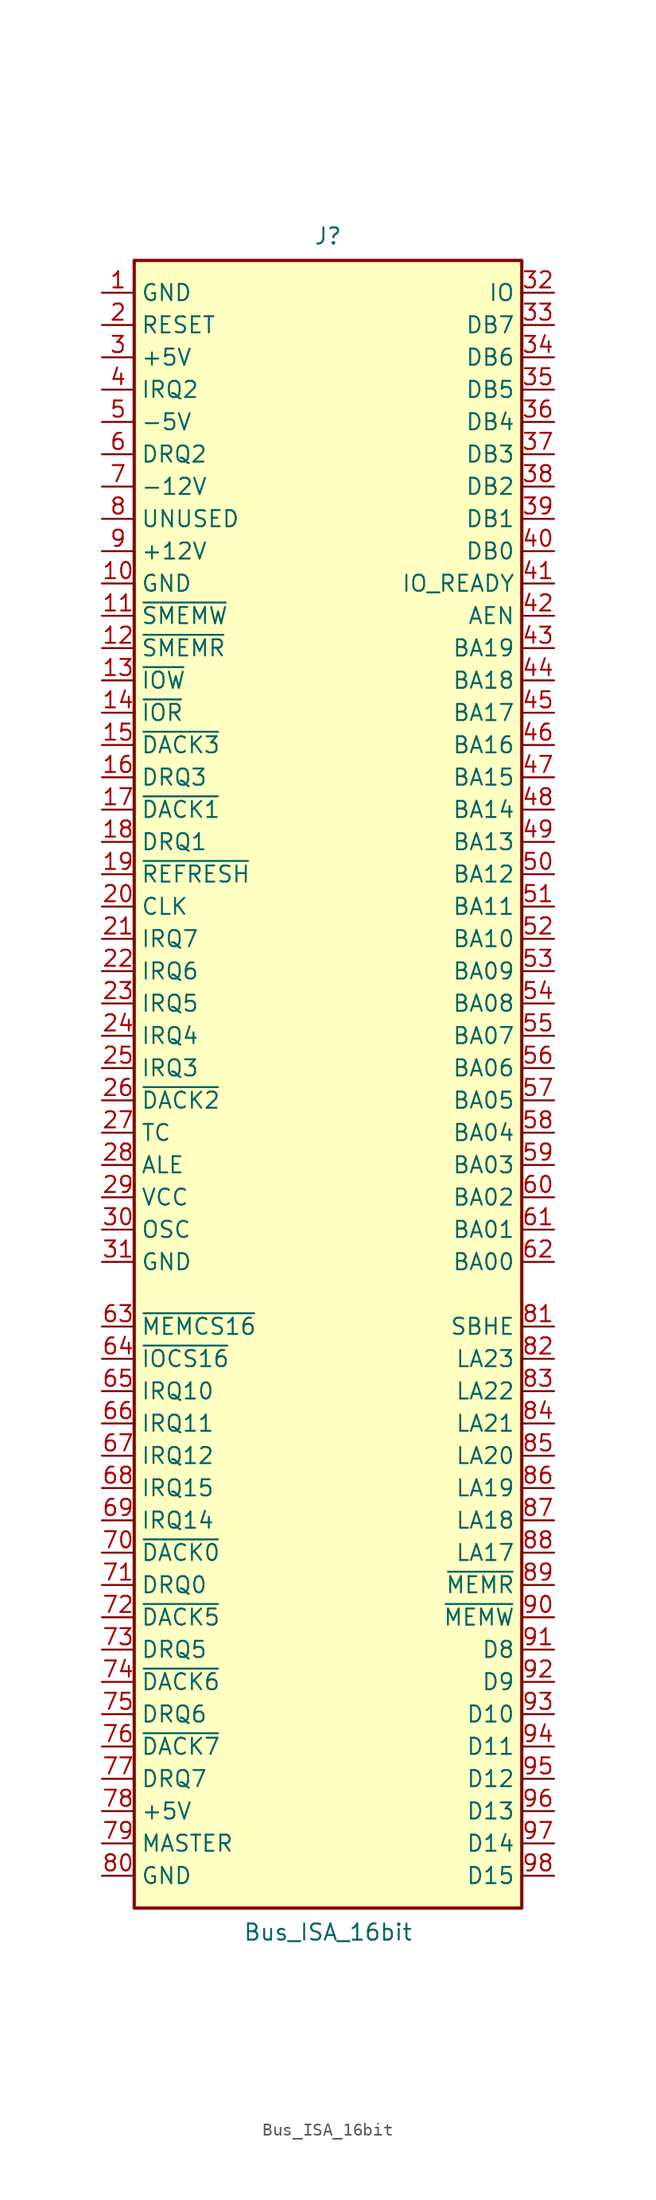
<source format=kicad_sym>
(kicad_symbol_lib
  (version 20220914)
  (generator kicad_symbol_editor)
  (symbol "Bus_ISA_16bit"
    (property "Reference" "J"
      (at 0 67.945 0)
      (effects (font (size 1.27 1.27))))
    (property "Value" "Bus_ISA_16bit"
      (at 0 -65.405 0)
      (effects (font (size 1.27 1.27))))
    (symbol "Bus_ISA_16bit_0_1"
      (rectangle (start -15.24 -63.5) (end 15.24 66.04) (stroke (width 0.254) (type solid)) (fill (type background))))
    (symbol "Bus_ISA_16bit_1_1"
      (pin power_in line (at -17.78 63.5 0) (length 2.54) (name "GND" (effects (font (size 1.27 1.27)))) (number "1" (effects (font (size 1.27 1.27)))))
      (pin power_in line (at -17.78 40.64 0) (length 2.54) (name "GND" (effects (font (size 1.27 1.27)))) (number "10" (effects (font (size 1.27 1.27)))))
      (pin output line (at -17.78 38.1 0) (length 2.54) (name "~{SMEMW}" (effects (font (size 1.27 1.27)))) (number "11" (effects (font (size 1.27 1.27)))))
      (pin output line (at -17.78 35.56 0) (length 2.54) (name "~{SMEMR}" (effects (font (size 1.27 1.27)))) (number "12" (effects (font (size 1.27 1.27)))))
      (pin output line (at -17.78 33.02 0) (length 2.54) (name "~{IOW}" (effects (font (size 1.27 1.27)))) (number "13" (effects (font (size 1.27 1.27)))))
      (pin output line (at -17.78 30.48 0) (length 2.54) (name "~{IOR}" (effects (font (size 1.27 1.27)))) (number "14" (effects (font (size 1.27 1.27)))))
      (pin passive line (at -17.78 27.94 0) (length 2.54) (name "~{DACK3}" (effects (font (size 1.27 1.27)))) (number "15" (effects (font (size 1.27 1.27)))))
      (pin passive line (at -17.78 25.4 0) (length 2.54) (name "DRQ3" (effects (font (size 1.27 1.27)))) (number "16" (effects (font (size 1.27 1.27)))))
      (pin passive line (at -17.78 22.86 0) (length 2.54) (name "~{DACK1}" (effects (font (size 1.27 1.27)))) (number "17" (effects (font (size 1.27 1.27)))))
      (pin passive line (at -17.78 20.32 0) (length 2.54) (name "DRQ1" (effects (font (size 1.27 1.27)))) (number "18" (effects (font (size 1.27 1.27)))))
      (pin passive line (at -17.78 17.78 0) (length 2.54) (name "~{REFRESH}" (effects (font (size 1.27 1.27)))) (number "19" (effects (font (size 1.27 1.27)))))
      (pin output line (at -17.78 60.96 0) (length 2.54) (name "RESET" (effects (font (size 1.27 1.27)))) (number "2" (effects (font (size 1.27 1.27)))))
      (pin output line (at -17.78 15.24 0) (length 2.54) (name "CLK" (effects (font (size 1.27 1.27)))) (number "20" (effects (font (size 1.27 1.27)))))
      (pin passive line (at -17.78 12.7 0) (length 2.54) (name "IRQ7" (effects (font (size 1.27 1.27)))) (number "21" (effects (font (size 1.27 1.27)))))
      (pin passive line (at -17.78 10.16 0) (length 2.54) (name "IRQ6" (effects (font (size 1.27 1.27)))) (number "22" (effects (font (size 1.27 1.27)))))
      (pin passive line (at -17.78 7.62 0) (length 2.54) (name "IRQ5" (effects (font (size 1.27 1.27)))) (number "23" (effects (font (size 1.27 1.27)))))
      (pin passive line (at -17.78 5.08 0) (length 2.54) (name "IRQ4" (effects (font (size 1.27 1.27)))) (number "24" (effects (font (size 1.27 1.27)))))
      (pin passive line (at -17.78 2.54 0) (length 2.54) (name "IRQ3" (effects (font (size 1.27 1.27)))) (number "25" (effects (font (size 1.27 1.27)))))
      (pin passive line (at -17.78 0 0) (length 2.54) (name "~{DACK2}" (effects (font (size 1.27 1.27)))) (number "26" (effects (font (size 1.27 1.27)))))
      (pin passive line (at -17.78 -2.54 0) (length 2.54) (name "TC" (effects (font (size 1.27 1.27)))) (number "27" (effects (font (size 1.27 1.27)))))
      (pin output line (at -17.78 -5.08 0) (length 2.54) (name "ALE" (effects (font (size 1.27 1.27)))) (number "28" (effects (font (size 1.27 1.27)))))
      (pin power_in line (at -17.78 -7.62 0) (length 2.54) (name "VCC" (effects (font (size 1.27 1.27)))) (number "29" (effects (font (size 1.27 1.27)))))
      (pin power_in line (at -17.78 58.42 0) (length 2.54) (name "+5V" (effects (font (size 1.27 1.27)))) (number "3" (effects (font (size 1.27 1.27)))))
      (pin output line (at -17.78 -10.16 0) (length 2.54) (name "OSC" (effects (font (size 1.27 1.27)))) (number "30" (effects (font (size 1.27 1.27)))))
      (pin power_in line (at -17.78 -12.7 0) (length 2.54) (name "GND" (effects (font (size 1.27 1.27)))) (number "31" (effects (font (size 1.27 1.27)))))
      (pin passive line (at 17.78 63.5 180) (length 2.54) (name "IO" (effects (font (size 1.27 1.27)))) (number "32" (effects (font (size 1.27 1.27)))))
      (pin tri_state line (at 17.78 60.96 180) (length 2.54) (name "DB7" (effects (font (size 1.27 1.27)))) (number "33" (effects (font (size 1.27 1.27)))))
      (pin tri_state line (at 17.78 58.42 180) (length 2.54) (name "DB6" (effects (font (size 1.27 1.27)))) (number "34" (effects (font (size 1.27 1.27)))))
      (pin tri_state line (at 17.78 55.88 180) (length 2.54) (name "DB5" (effects (font (size 1.27 1.27)))) (number "35" (effects (font (size 1.27 1.27)))))
      (pin tri_state line (at 17.78 53.34 180) (length 2.54) (name "DB4" (effects (font (size 1.27 1.27)))) (number "36" (effects (font (size 1.27 1.27)))))
      (pin tri_state line (at 17.78 50.8 180) (length 2.54) (name "DB3" (effects (font (size 1.27 1.27)))) (number "37" (effects (font (size 1.27 1.27)))))
      (pin tri_state line (at 17.78 48.26 180) (length 2.54) (name "DB2" (effects (font (size 1.27 1.27)))) (number "38" (effects (font (size 1.27 1.27)))))
      (pin tri_state line (at 17.78 45.72 180) (length 2.54) (name "DB1" (effects (font (size 1.27 1.27)))) (number "39" (effects (font (size 1.27 1.27)))))
      (pin passive line (at -17.78 55.88 0) (length 2.54) (name "IRQ2" (effects (font (size 1.27 1.27)))) (number "4" (effects (font (size 1.27 1.27)))))
      (pin tri_state line (at 17.78 43.18 180) (length 2.54) (name "DB0" (effects (font (size 1.27 1.27)))) (number "40" (effects (font (size 1.27 1.27)))))
      (pin passive line (at 17.78 40.64 180) (length 2.54) (name "IO_READY" (effects (font (size 1.27 1.27)))) (number "41" (effects (font (size 1.27 1.27)))))
      (pin output line (at 17.78 38.1 180) (length 2.54) (name "AEN" (effects (font (size 1.27 1.27)))) (number "42" (effects (font (size 1.27 1.27)))))
      (pin tri_state line (at 17.78 35.56 180) (length 2.54) (name "BA19" (effects (font (size 1.27 1.27)))) (number "43" (effects (font (size 1.27 1.27)))))
      (pin tri_state line (at 17.78 33.02 180) (length 2.54) (name "BA18" (effects (font (size 1.27 1.27)))) (number "44" (effects (font (size 1.27 1.27)))))
      (pin tri_state line (at 17.78 30.48 180) (length 2.54) (name "BA17" (effects (font (size 1.27 1.27)))) (number "45" (effects (font (size 1.27 1.27)))))
      (pin tri_state line (at 17.78 27.94 180) (length 2.54) (name "BA16" (effects (font (size 1.27 1.27)))) (number "46" (effects (font (size 1.27 1.27)))))
      (pin tri_state line (at 17.78 25.4 180) (length 2.54) (name "BA15" (effects (font (size 1.27 1.27)))) (number "47" (effects (font (size 1.27 1.27)))))
      (pin tri_state line (at 17.78 22.86 180) (length 2.54) (name "BA14" (effects (font (size 1.27 1.27)))) (number "48" (effects (font (size 1.27 1.27)))))
      (pin tri_state line (at 17.78 20.32 180) (length 2.54) (name "BA13" (effects (font (size 1.27 1.27)))) (number "49" (effects (font (size 1.27 1.27)))))
      (pin power_in line (at -17.78 53.34 0) (length 2.54) (name "-5V" (effects (font (size 1.27 1.27)))) (number "5" (effects (font (size 1.27 1.27)))))
      (pin tri_state line (at 17.78 17.78 180) (length 2.54) (name "BA12" (effects (font (size 1.27 1.27)))) (number "50" (effects (font (size 1.27 1.27)))))
      (pin tri_state line (at 17.78 15.24 180) (length 2.54) (name "BA11" (effects (font (size 1.27 1.27)))) (number "51" (effects (font (size 1.27 1.27)))))
      (pin tri_state line (at 17.78 12.7 180) (length 2.54) (name "BA10" (effects (font (size 1.27 1.27)))) (number "52" (effects (font (size 1.27 1.27)))))
      (pin tri_state line (at 17.78 10.16 180) (length 2.54) (name "BA09" (effects (font (size 1.27 1.27)))) (number "53" (effects (font (size 1.27 1.27)))))
      (pin tri_state line (at 17.78 7.62 180) (length 2.54) (name "BA08" (effects (font (size 1.27 1.27)))) (number "54" (effects (font (size 1.27 1.27)))))
      (pin tri_state line (at 17.78 5.08 180) (length 2.54) (name "BA07" (effects (font (size 1.27 1.27)))) (number "55" (effects (font (size 1.27 1.27)))))
      (pin tri_state line (at 17.78 2.54 180) (length 2.54) (name "BA06" (effects (font (size 1.27 1.27)))) (number "56" (effects (font (size 1.27 1.27)))))
      (pin tri_state line (at 17.78 0 180) (length 2.54) (name "BA05" (effects (font (size 1.27 1.27)))) (number "57" (effects (font (size 1.27 1.27)))))
      (pin tri_state line (at 17.78 -2.54 180) (length 2.54) (name "BA04" (effects (font (size 1.27 1.27)))) (number "58" (effects (font (size 1.27 1.27)))))
      (pin tri_state line (at 17.78 -5.08 180) (length 2.54) (name "BA03" (effects (font (size 1.27 1.27)))) (number "59" (effects (font (size 1.27 1.27)))))
      (pin passive line (at -17.78 50.8 0) (length 2.54) (name "DRQ2" (effects (font (size 1.27 1.27)))) (number "6" (effects (font (size 1.27 1.27)))))
      (pin tri_state line (at 17.78 -7.62 180) (length 2.54) (name "BA02" (effects (font (size 1.27 1.27)))) (number "60" (effects (font (size 1.27 1.27)))))
      (pin tri_state line (at 17.78 -10.16 180) (length 2.54) (name "BA01" (effects (font (size 1.27 1.27)))) (number "61" (effects (font (size 1.27 1.27)))))
      (pin tri_state line (at 17.78 -12.7 180) (length 2.54) (name "BA00" (effects (font (size 1.27 1.27)))) (number "62" (effects (font (size 1.27 1.27)))))
      (pin passive line (at -17.78 -17.78 0) (length 2.54) (name "~{MEMCS16}" (effects (font (size 1.27 1.27)))) (number "63" (effects (font (size 1.27 1.27)))))
      (pin passive line (at -17.78 -20.32 0) (length 2.54) (name "~{IOCS16}" (effects (font (size 1.27 1.27)))) (number "64" (effects (font (size 1.27 1.27)))))
      (pin passive line (at -17.78 -22.86 0) (length 2.54) (name "IRQ10" (effects (font (size 1.27 1.27)))) (number "65" (effects (font (size 1.27 1.27)))))
      (pin passive line (at -17.78 -25.4 0) (length 2.54) (name "IRQ11" (effects (font (size 1.27 1.27)))) (number "66" (effects (font (size 1.27 1.27)))))
      (pin passive line (at -17.78 -27.94 0) (length 2.54) (name "IRQ12" (effects (font (size 1.27 1.27)))) (number "67" (effects (font (size 1.27 1.27)))))
      (pin passive line (at -17.78 -30.48 0) (length 2.54) (name "IRQ15" (effects (font (size 1.27 1.27)))) (number "68" (effects (font (size 1.27 1.27)))))
      (pin passive line (at -17.78 -33.02 0) (length 2.54) (name "IRQ14" (effects (font (size 1.27 1.27)))) (number "69" (effects (font (size 1.27 1.27)))))
      (pin power_in line (at -17.78 48.26 0) (length 2.54) (name "-12V" (effects (font (size 1.27 1.27)))) (number "7" (effects (font (size 1.27 1.27)))))
      (pin output line (at -17.78 -35.56 0) (length 2.54) (name "~{DACK0}" (effects (font (size 1.27 1.27)))) (number "70" (effects (font (size 1.27 1.27)))))
      (pin passive line (at -17.78 -38.1 0) (length 2.54) (name "DRQ0" (effects (font (size 1.27 1.27)))) (number "71" (effects (font (size 1.27 1.27)))))
      (pin output line (at -17.78 -40.64 0) (length 2.54) (name "~{DACK5}" (effects (font (size 1.27 1.27)))) (number "72" (effects (font (size 1.27 1.27)))))
      (pin passive line (at -17.78 -43.18 0) (length 2.54) (name "DRQ5" (effects (font (size 1.27 1.27)))) (number "73" (effects (font (size 1.27 1.27)))))
      (pin output line (at -17.78 -45.72 0) (length 2.54) (name "~{DACK6}" (effects (font (size 1.27 1.27)))) (number "74" (effects (font (size 1.27 1.27)))))
      (pin passive line (at -17.78 -48.26 0) (length 2.54) (name "DRQ6" (effects (font (size 1.27 1.27)))) (number "75" (effects (font (size 1.27 1.27)))))
      (pin output line (at -17.78 -50.8 0) (length 2.54) (name "~{DACK7}" (effects (font (size 1.27 1.27)))) (number "76" (effects (font (size 1.27 1.27)))))
      (pin passive line (at -17.78 -53.34 0) (length 2.54) (name "DRQ7" (effects (font (size 1.27 1.27)))) (number "77" (effects (font (size 1.27 1.27)))))
      (pin power_in line (at -17.78 -55.88 0) (length 2.54) (name "+5V" (effects (font (size 1.27 1.27)))) (number "78" (effects (font (size 1.27 1.27)))))
      (pin passive line (at -17.78 -58.42 0) (length 2.54) (name "MASTER" (effects (font (size 1.27 1.27)))) (number "79" (effects (font (size 1.27 1.27)))))
      (pin passive line (at -17.78 45.72 0) (length 2.54) (name "UNUSED" (effects (font (size 1.27 1.27)))) (number "8" (effects (font (size 1.27 1.27)))))
      (pin power_in line (at -17.78 -60.96 0) (length 2.54) (name "GND" (effects (font (size 1.27 1.27)))) (number "80" (effects (font (size 1.27 1.27)))))
      (pin passive line (at 17.78 -17.78 180) (length 2.54) (name "SBHE" (effects (font (size 1.27 1.27)))) (number "81" (effects (font (size 1.27 1.27)))))
      (pin passive line (at 17.78 -20.32 180) (length 2.54) (name "LA23" (effects (font (size 1.27 1.27)))) (number "82" (effects (font (size 1.27 1.27)))))
      (pin passive line (at 17.78 -22.86 180) (length 2.54) (name "LA22" (effects (font (size 1.27 1.27)))) (number "83" (effects (font (size 1.27 1.27)))))
      (pin passive line (at 17.78 -25.4 180) (length 2.54) (name "LA21" (effects (font (size 1.27 1.27)))) (number "84" (effects (font (size 1.27 1.27)))))
      (pin passive line (at 17.78 -27.94 180) (length 2.54) (name "LA20" (effects (font (size 1.27 1.27)))) (number "85" (effects (font (size 1.27 1.27)))))
      (pin passive line (at 17.78 -30.48 180) (length 2.54) (name "LA19" (effects (font (size 1.27 1.27)))) (number "86" (effects (font (size 1.27 1.27)))))
      (pin passive line (at 17.78 -33.02 180) (length 2.54) (name "LA18" (effects (font (size 1.27 1.27)))) (number "87" (effects (font (size 1.27 1.27)))))
      (pin passive line (at 17.78 -35.56 180) (length 2.54) (name "LA17" (effects (font (size 1.27 1.27)))) (number "88" (effects (font (size 1.27 1.27)))))
      (pin output line (at 17.78 -38.1 180) (length 2.54) (name "~{MEMR}" (effects (font (size 1.27 1.27)))) (number "89" (effects (font (size 1.27 1.27)))))
      (pin power_in line (at -17.78 43.18 0) (length 2.54) (name "+12V" (effects (font (size 1.27 1.27)))) (number "9" (effects (font (size 1.27 1.27)))))
      (pin output line (at 17.78 -40.64 180) (length 2.54) (name "~{MEMW}" (effects (font (size 1.27 1.27)))) (number "90" (effects (font (size 1.27 1.27)))))
      (pin tri_state line (at 17.78 -43.18 180) (length 2.54) (name "D8" (effects (font (size 1.27 1.27)))) (number "91" (effects (font (size 1.27 1.27)))))
      (pin tri_state line (at 17.78 -45.72 180) (length 2.54) (name "D9" (effects (font (size 1.27 1.27)))) (number "92" (effects (font (size 1.27 1.27)))))
      (pin tri_state line (at 17.78 -48.26 180) (length 2.54) (name "D10" (effects (font (size 1.27 1.27)))) (number "93" (effects (font (size 1.27 1.27)))))
      (pin tri_state line (at 17.78 -50.8 180) (length 2.54) (name "D11" (effects (font (size 1.27 1.27)))) (number "94" (effects (font (size 1.27 1.27)))))
      (pin tri_state line (at 17.78 -53.34 180) (length 2.54) (name "D12" (effects (font (size 1.27 1.27)))) (number "95" (effects (font (size 1.27 1.27)))))
      (pin tri_state line (at 17.78 -55.88 180) (length 2.54) (name "D13" (effects (font (size 1.27 1.27)))) (number "96" (effects (font (size 1.27 1.27)))))
      (pin tri_state line (at 17.78 -58.42 180) (length 2.54) (name "D14" (effects (font (size 1.27 1.27)))) (number "97" (effects (font (size 1.27 1.27)))))
      (pin tri_state line (at 17.78 -60.96 180) (length 2.54) (name "D15" (effects (font (size 1.27 1.27)))) (number "98" (effects (font (size 1.27 1.27))))))))
</source>
